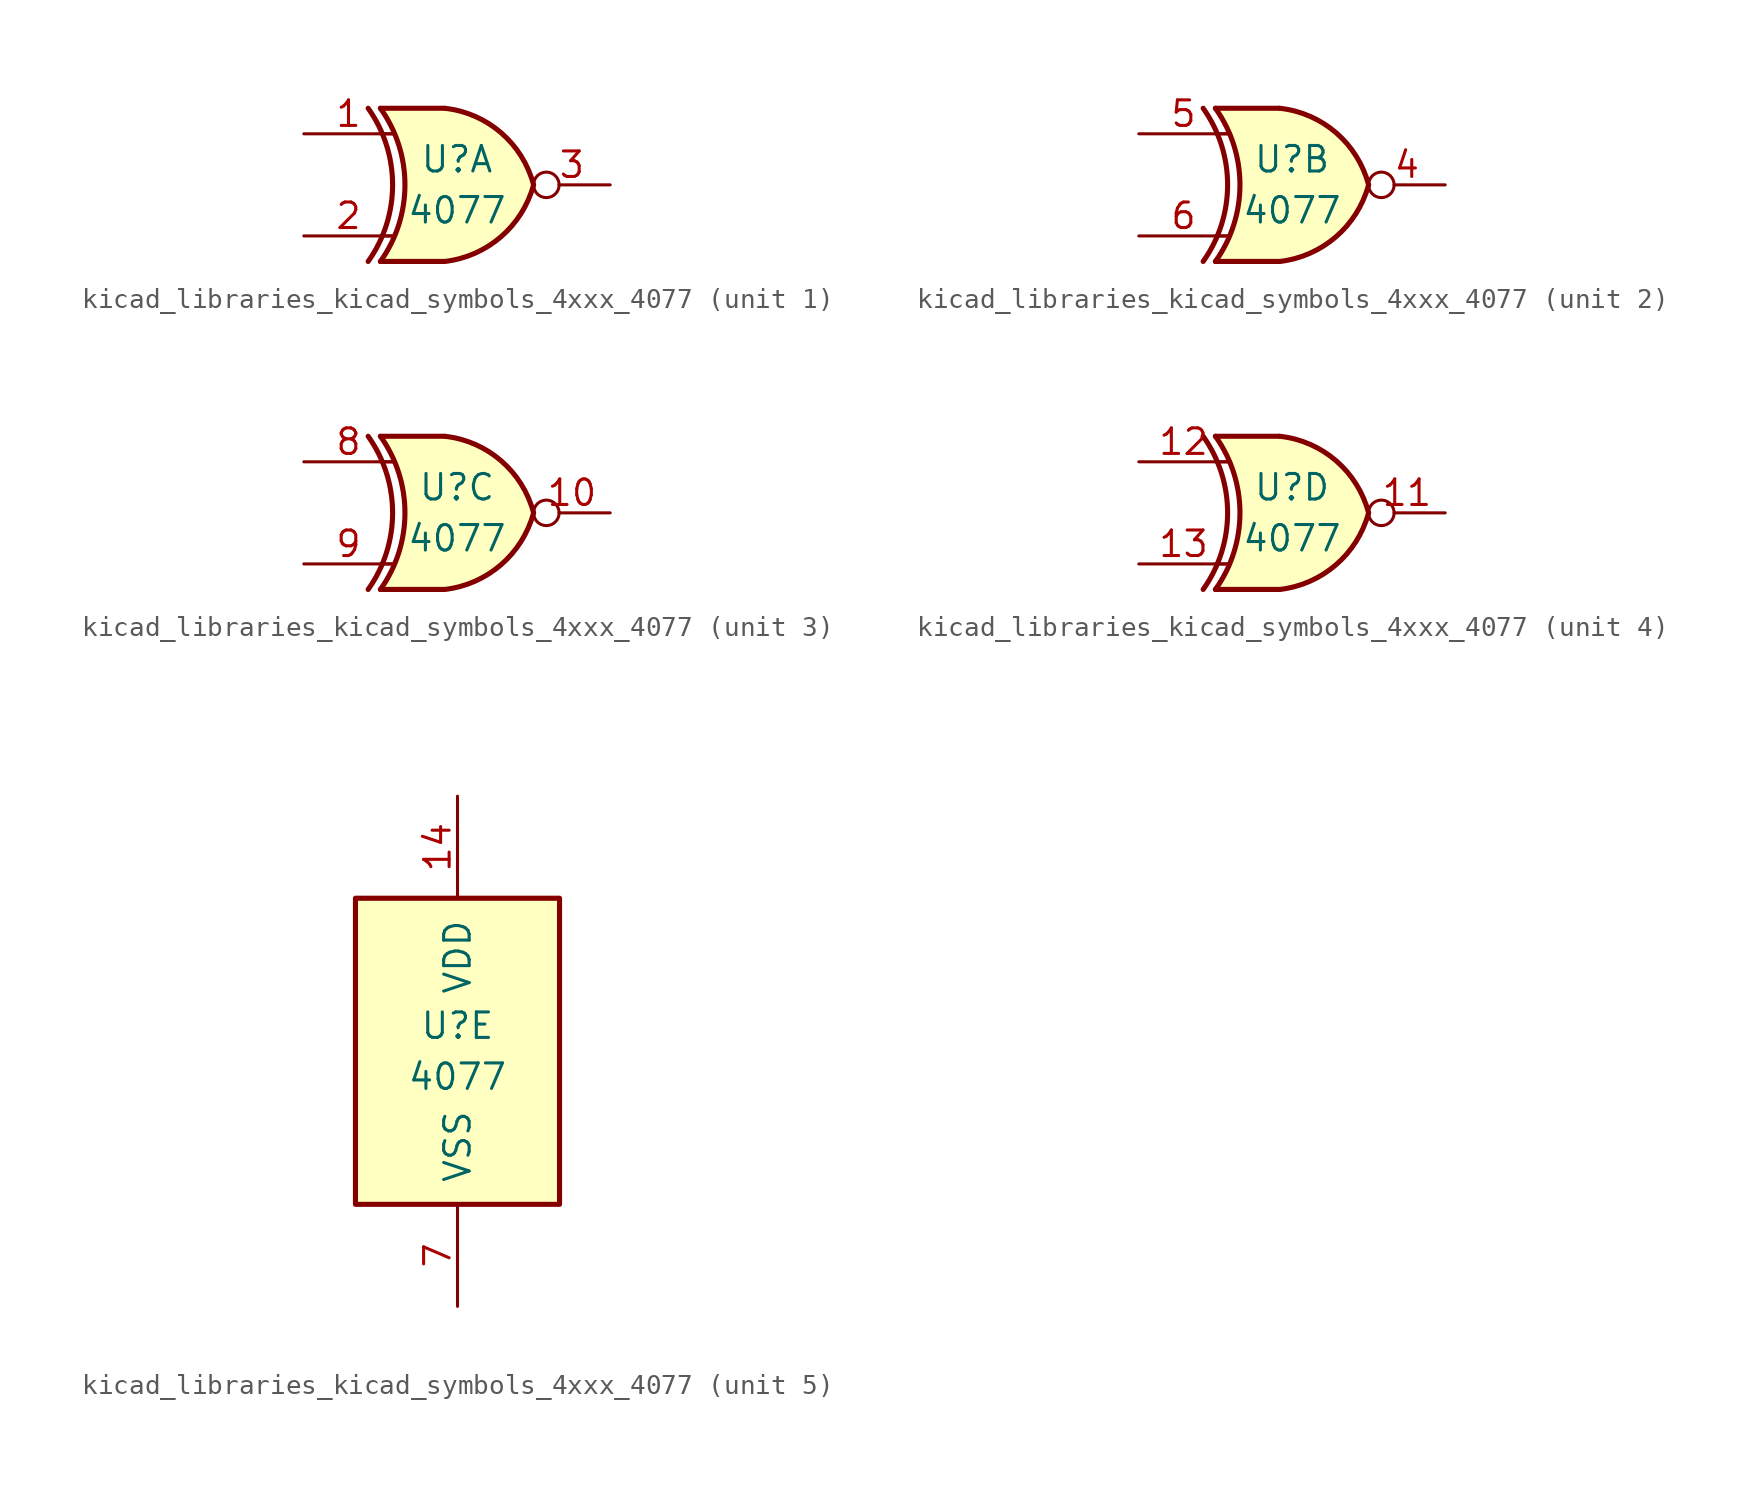
<source format=kicad_sym>
(kicad_symbol_lib
  (version 20220914)
  (generator kicad_symbol_editor)
  (symbol "kicad_libraries_kicad_symbols_4xxx_4077"
    (pin_names
      (offset 1.016))
    (property "Reference" "U"
      (at 0 1.27 0)
      (effects (font (size 1.27 1.27))))
    (property "Value" "4077"
      (at 0 -1.27 0)
      (effects (font (size 1.27 1.27))))
    (property "ki_locked" ""
      (at 0 0 0)
      (effects (font (size 1.27 1.27))))
    (symbol "kicad_libraries_kicad_symbols_4xxx_4077_1_0"
      (arc (start -4.4196 -3.81) (mid -3.2033 0) (end -4.4196 3.81) (stroke (width 0.254) (type default)) (fill (type none)))
      (arc (start -3.81 -3.81) (mid -2.589 0) (end -3.81 3.81) (stroke (width 0.254) (type default)) (fill (type none)))
      (arc (start -0.6096 -3.81) (mid 2.1842 -2.5851) (end 3.81 0) (stroke (width 0.254) (type default)) (fill (type background)))
      (polyline (pts (xy -3.81 -3.81) (xy -0.635 -3.81)) (stroke (width 0.254) (type default)) (fill (type background)))
      (polyline (pts (xy -3.81 3.81) (xy -0.635 3.81)) (stroke (width 0.254) (type default)) (fill (type background)))
      (polyline (pts (xy -0.635 3.81) (xy -3.81 3.81) (xy -3.81 3.81) (xy -3.556 3.404) (xy -3.023 2.261) (xy -2.692 1.041) (xy -2.616 -0.254) (xy -2.769 -1.499) (xy -3.175 -2.718) (xy -3.81 -3.81) (xy -3.81 -3.81) (xy -0.635 -3.81)) (stroke (width -25.4) (type default)) (fill (type background)))
      (arc (start 3.81 0) (mid 2.1915 2.5936) (end -0.6096 3.81) (stroke (width 0.254) (type default)) (fill (type background)))
      (pin input line (at -7.62 2.54 0) (length 4.445) (name "~" (effects (font (size 1.27 1.27)))) (number "1" (effects (font (size 1.27 1.27)))))
      (pin input line (at -7.62 -2.54 0) (length 4.445) (name "~" (effects (font (size 1.27 1.27)))) (number "2" (effects (font (size 1.27 1.27)))))
      (pin output inverted (at 7.62 0 180) (length 3.81) (name "~" (effects (font (size 1.27 1.27)))) (number "3" (effects (font (size 1.27 1.27))))))
    (symbol "kicad_libraries_kicad_symbols_4xxx_4077_1_1"
      (polyline (pts (xy -3.81 -2.54) (xy -3.175 -2.54)) (stroke (width 0.152) (type default)) (fill (type none)))
      (polyline (pts (xy -3.81 2.54) (xy -3.175 2.54)) (stroke (width 0.152) (type default)) (fill (type none))))
    (symbol "kicad_libraries_kicad_symbols_4xxx_4077_2_0"
      (arc (start -4.4196 -3.81) (mid -3.2033 0) (end -4.4196 3.81) (stroke (width 0.254) (type default)) (fill (type none)))
      (arc (start -3.81 -3.81) (mid -2.589 0) (end -3.81 3.81) (stroke (width 0.254) (type default)) (fill (type none)))
      (arc (start -0.6096 -3.81) (mid 2.1842 -2.5851) (end 3.81 0) (stroke (width 0.254) (type default)) (fill (type background)))
      (polyline (pts (xy -3.81 -3.81) (xy -0.635 -3.81)) (stroke (width 0.254) (type default)) (fill (type background)))
      (polyline (pts (xy -3.81 3.81) (xy -0.635 3.81)) (stroke (width 0.254) (type default)) (fill (type background)))
      (polyline (pts (xy -0.635 3.81) (xy -3.81 3.81) (xy -3.81 3.81) (xy -3.556 3.404) (xy -3.023 2.261) (xy -2.692 1.041) (xy -2.616 -0.254) (xy -2.769 -1.499) (xy -3.175 -2.718) (xy -3.81 -3.81) (xy -3.81 -3.81) (xy -0.635 -3.81)) (stroke (width -25.4) (type default)) (fill (type background)))
      (arc (start 3.81 0) (mid 2.1915 2.5936) (end -0.6096 3.81) (stroke (width 0.254) (type default)) (fill (type background)))
      (pin output inverted (at 7.62 0 180) (length 3.81) (name "~" (effects (font (size 1.27 1.27)))) (number "4" (effects (font (size 1.27 1.27)))))
      (pin input line (at -7.62 2.54 0) (length 4.445) (name "~" (effects (font (size 1.27 1.27)))) (number "5" (effects (font (size 1.27 1.27)))))
      (pin input line (at -7.62 -2.54 0) (length 4.445) (name "~" (effects (font (size 1.27 1.27)))) (number "6" (effects (font (size 1.27 1.27))))))
    (symbol "kicad_libraries_kicad_symbols_4xxx_4077_2_1"
      (polyline (pts (xy -3.81 -2.54) (xy -3.175 -2.54)) (stroke (width 0.152) (type default)) (fill (type none)))
      (polyline (pts (xy -3.81 2.54) (xy -3.175 2.54)) (stroke (width 0.152) (type default)) (fill (type none))))
    (symbol "kicad_libraries_kicad_symbols_4xxx_4077_3_0"
      (arc (start -4.4196 -3.81) (mid -3.2033 0) (end -4.4196 3.81) (stroke (width 0.254) (type default)) (fill (type none)))
      (arc (start -3.81 -3.81) (mid -2.589 0) (end -3.81 3.81) (stroke (width 0.254) (type default)) (fill (type none)))
      (arc (start -0.6096 -3.81) (mid 2.1842 -2.5851) (end 3.81 0) (stroke (width 0.254) (type default)) (fill (type background)))
      (polyline (pts (xy -3.81 -3.81) (xy -0.635 -3.81)) (stroke (width 0.254) (type default)) (fill (type background)))
      (polyline (pts (xy -3.81 3.81) (xy -0.635 3.81)) (stroke (width 0.254) (type default)) (fill (type background)))
      (polyline (pts (xy -0.635 3.81) (xy -3.81 3.81) (xy -3.81 3.81) (xy -3.556 3.404) (xy -3.023 2.261) (xy -2.692 1.041) (xy -2.616 -0.254) (xy -2.769 -1.499) (xy -3.175 -2.718) (xy -3.81 -3.81) (xy -3.81 -3.81) (xy -0.635 -3.81)) (stroke (width -25.4) (type default)) (fill (type background)))
      (arc (start 3.81 0) (mid 2.1915 2.5936) (end -0.6096 3.81) (stroke (width 0.254) (type default)) (fill (type background)))
      (pin output inverted (at 7.62 0 180) (length 3.81) (name "~" (effects (font (size 1.27 1.27)))) (number "10" (effects (font (size 1.27 1.27)))))
      (pin input line (at -7.62 2.54 0) (length 4.445) (name "~" (effects (font (size 1.27 1.27)))) (number "8" (effects (font (size 1.27 1.27)))))
      (pin input line (at -7.62 -2.54 0) (length 4.445) (name "~" (effects (font (size 1.27 1.27)))) (number "9" (effects (font (size 1.27 1.27))))))
    (symbol "kicad_libraries_kicad_symbols_4xxx_4077_3_1"
      (polyline (pts (xy -3.81 -2.54) (xy -3.175 -2.54)) (stroke (width 0.152) (type default)) (fill (type none)))
      (polyline (pts (xy -3.81 2.54) (xy -3.175 2.54)) (stroke (width 0.152) (type default)) (fill (type none))))
    (symbol "kicad_libraries_kicad_symbols_4xxx_4077_4_0"
      (arc (start -4.4196 -3.81) (mid -3.2033 0) (end -4.4196 3.81) (stroke (width 0.254) (type default)) (fill (type none)))
      (arc (start -3.81 -3.81) (mid -2.589 0) (end -3.81 3.81) (stroke (width 0.254) (type default)) (fill (type none)))
      (arc (start -0.6096 -3.81) (mid 2.1842 -2.5851) (end 3.81 0) (stroke (width 0.254) (type default)) (fill (type background)))
      (polyline (pts (xy -3.81 -3.81) (xy -0.635 -3.81)) (stroke (width 0.254) (type default)) (fill (type background)))
      (polyline (pts (xy -3.81 3.81) (xy -0.635 3.81)) (stroke (width 0.254) (type default)) (fill (type background)))
      (polyline (pts (xy -0.635 3.81) (xy -3.81 3.81) (xy -3.81 3.81) (xy -3.556 3.404) (xy -3.023 2.261) (xy -2.692 1.041) (xy -2.616 -0.254) (xy -2.769 -1.499) (xy -3.175 -2.718) (xy -3.81 -3.81) (xy -3.81 -3.81) (xy -0.635 -3.81)) (stroke (width -25.4) (type default)) (fill (type background)))
      (arc (start 3.81 0) (mid 2.1915 2.5936) (end -0.6096 3.81) (stroke (width 0.254) (type default)) (fill (type background)))
      (pin output inverted (at 7.62 0 180) (length 3.81) (name "~" (effects (font (size 1.27 1.27)))) (number "11" (effects (font (size 1.27 1.27)))))
      (pin input line (at -7.62 2.54 0) (length 4.445) (name "~" (effects (font (size 1.27 1.27)))) (number "12" (effects (font (size 1.27 1.27)))))
      (pin input line (at -7.62 -2.54 0) (length 4.445) (name "~" (effects (font (size 1.27 1.27)))) (number "13" (effects (font (size 1.27 1.27))))))
    (symbol "kicad_libraries_kicad_symbols_4xxx_4077_4_1"
      (polyline (pts (xy -3.81 -2.54) (xy -3.175 -2.54)) (stroke (width 0.152) (type default)) (fill (type none)))
      (polyline (pts (xy -3.81 2.54) (xy -3.175 2.54)) (stroke (width 0.152) (type default)) (fill (type none))))
    (symbol "kicad_libraries_kicad_symbols_4xxx_4077_5_0"
      (pin power_in line (at 0 12.7 270) (length 5.08) (name "VDD" (effects (font (size 1.27 1.27)))) (number "14" (effects (font (size 1.27 1.27)))))
      (pin power_in line (at 0 -12.7 90) (length 5.08) (name "VSS" (effects (font (size 1.27 1.27)))) (number "7" (effects (font (size 1.27 1.27))))))
    (symbol "kicad_libraries_kicad_symbols_4xxx_4077_5_1"
      (rectangle (start -5.08 7.62) (end 5.08 -7.62) (stroke (width 0.254) (type default)) (fill (type background))))))
</source>
